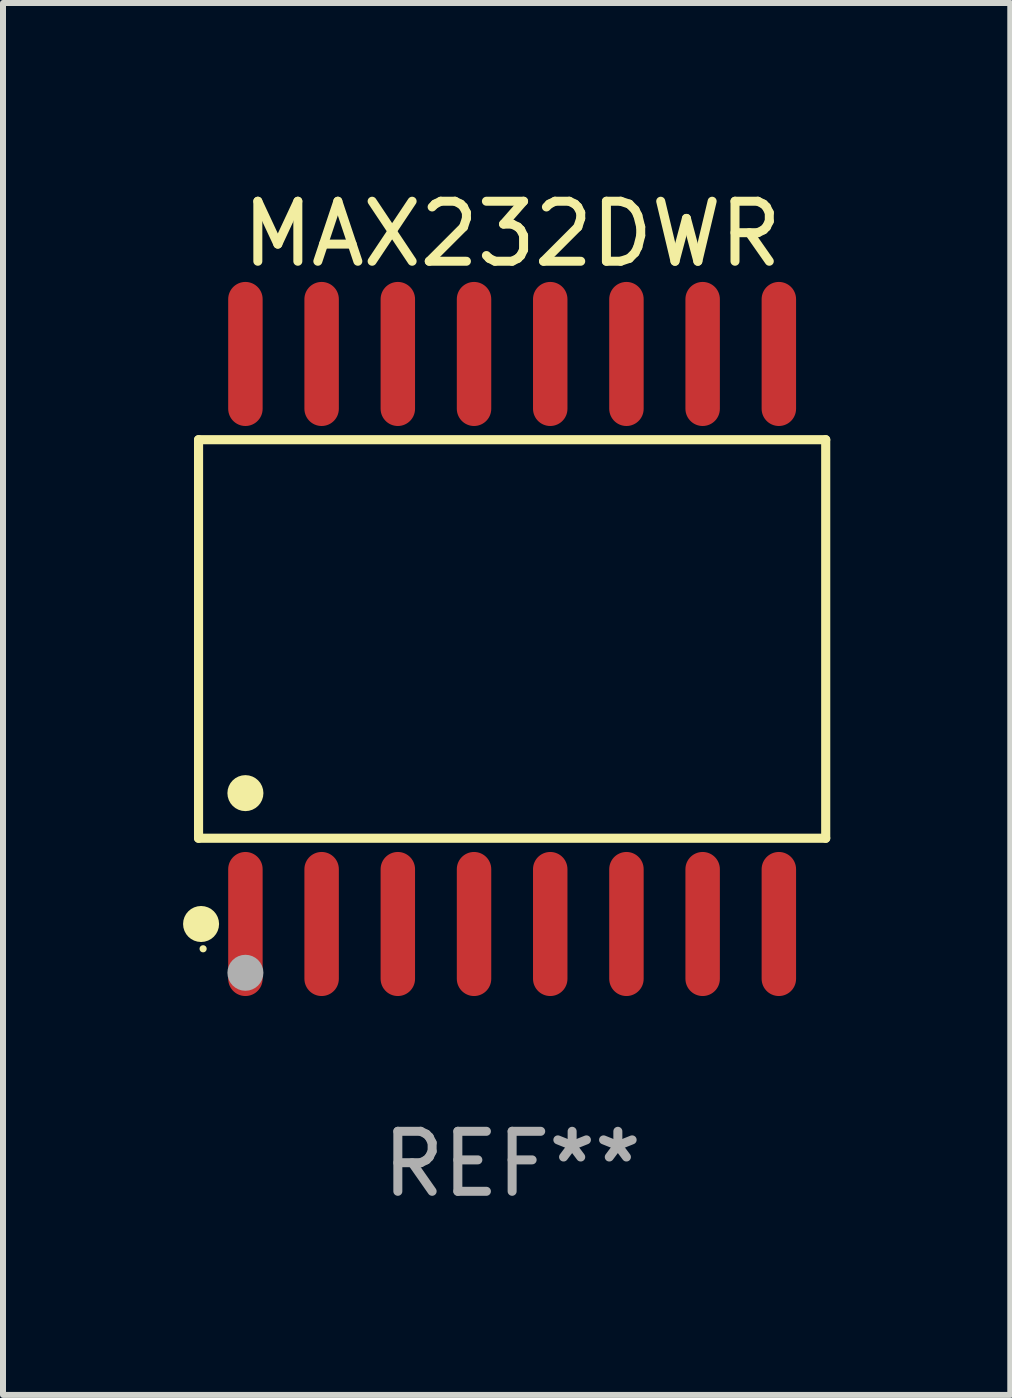
<source format=kicad_pcb>
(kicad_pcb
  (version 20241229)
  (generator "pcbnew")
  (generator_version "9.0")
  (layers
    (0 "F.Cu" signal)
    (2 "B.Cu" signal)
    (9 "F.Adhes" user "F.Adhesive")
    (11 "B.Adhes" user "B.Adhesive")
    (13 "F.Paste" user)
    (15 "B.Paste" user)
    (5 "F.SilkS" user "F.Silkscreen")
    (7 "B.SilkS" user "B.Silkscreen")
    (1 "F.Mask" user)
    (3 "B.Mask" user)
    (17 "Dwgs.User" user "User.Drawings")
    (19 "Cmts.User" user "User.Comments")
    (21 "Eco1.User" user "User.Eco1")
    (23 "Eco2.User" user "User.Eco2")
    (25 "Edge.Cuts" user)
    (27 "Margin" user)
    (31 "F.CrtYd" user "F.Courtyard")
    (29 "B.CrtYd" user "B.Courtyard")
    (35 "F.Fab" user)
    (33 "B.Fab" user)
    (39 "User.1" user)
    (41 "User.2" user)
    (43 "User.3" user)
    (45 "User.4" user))
  (footprint "MAX232DWR"
    (layer "F.Cu")
    (at 5.485 7.599)
    (property "Reference" "MAX232DWR" (at 0 -6.75 0) (layer "F.SilkS") (effects (font (size 1 1) (thickness 0.15))))
    (attr through_hole)
    (fp_line (start -5.226 -3.321) (end 5.226 -3.321) (stroke (width 0.152) (type solid)) (layer "F.SilkS"))
    (fp_line (start -5.226 3.321) (end -5.226 -3.321) (stroke (width 0.152) (type solid)) (layer "F.SilkS"))
    (fp_line (start 5.226 -3.321) (end 5.226 3.321) (stroke (width 0.152) (type solid)) (layer "F.SilkS"))
    (fp_line (start 5.226 3.321) (end -5.226 3.321) (stroke (width 0.152) (type solid)) (layer "F.SilkS"))
    (fp_circle (center -5.184 4.75) (end -5.034 4.75) (stroke (width 0.3) (type solid)) (fill no) (layer "F.SilkS"))
    (fp_circle (center -5.15 5.163) (end -5.12 5.163) (stroke (width 0.06) (type solid)) (fill no) (layer "F.SilkS"))
    (fp_circle (center -4.445 2.569) (end -4.295 2.569) (stroke (width 0.3) (type solid)) (fill no) (layer "F.SilkS"))
    (fp_circle (center -4.445 5.563) (end -4.295 5.563) (stroke (width 0.3) (type solid)) (fill no) (layer "F.Fab"))
    (fp_text user "REF**" (at 0 8.75 0) (layer "F.Fab") (effects (font (size 1 1) (thickness 0.15))))
    (pad "1" smd oval (at -4.445 4.75) (size 0.574 2.401) (layers "F.Cu" "F.Mask" "F.Paste"))
    (pad "2" smd oval (at -3.175 4.75) (size 0.574 2.401) (layers "F.Cu" "F.Mask" "F.Paste"))
    (pad "3" smd oval (at -1.905 4.75) (size 0.574 2.401) (layers "F.Cu" "F.Mask" "F.Paste"))
    (pad "4" smd oval (at -0.635 4.75) (size 0.574 2.401) (layers "F.Cu" "F.Mask" "F.Paste"))
    (pad "5" smd oval (at 0.635 4.75) (size 0.574 2.401) (layers "F.Cu" "F.Mask" "F.Paste"))
    (pad "6" smd oval (at 1.905 4.75) (size 0.574 2.401) (layers "F.Cu" "F.Mask" "F.Paste"))
    (pad "7" smd oval (at 3.175 4.75) (size 0.574 2.401) (layers "F.Cu" "F.Mask" "F.Paste"))
    (pad "8" smd oval (at 4.445 4.75) (size 0.574 2.401) (layers "F.Cu" "F.Mask" "F.Paste"))
    (pad "9" smd oval (at 4.445 -4.75) (size 0.574 2.401) (layers "F.Cu" "F.Mask" "F.Paste"))
    (pad "10" smd oval (at 3.175 -4.75) (size 0.574 2.401) (layers "F.Cu" "F.Mask" "F.Paste"))
    (pad "11" smd oval (at 1.905 -4.75) (size 0.574 2.401) (layers "F.Cu" "F.Mask" "F.Paste"))
    (pad "12" smd oval (at 0.635 -4.75) (size 0.574 2.401) (layers "F.Cu" "F.Mask" "F.Paste"))
    (pad "13" smd oval (at -0.635 -4.75) (size 0.574 2.401) (layers "F.Cu" "F.Mask" "F.Paste"))
    (pad "14" smd oval (at -1.905 -4.75) (size 0.574 2.401) (layers "F.Cu" "F.Mask" "F.Paste"))
    (pad "15" smd oval (at -3.175 -4.75) (size 0.574 2.401) (layers "F.Cu" "F.Mask" "F.Paste"))
    (pad "16" smd oval (at -4.445 -4.75) (size 0.574 2.401) (layers "F.Cu" "F.Mask" "F.Paste")))
  (gr_rect
    (start -3 -3)
    (end 13.787 20.197)
    (stroke (width 0.1) (type default))
    (fill no)
    (layer "Edge.Cuts")))
</source>
